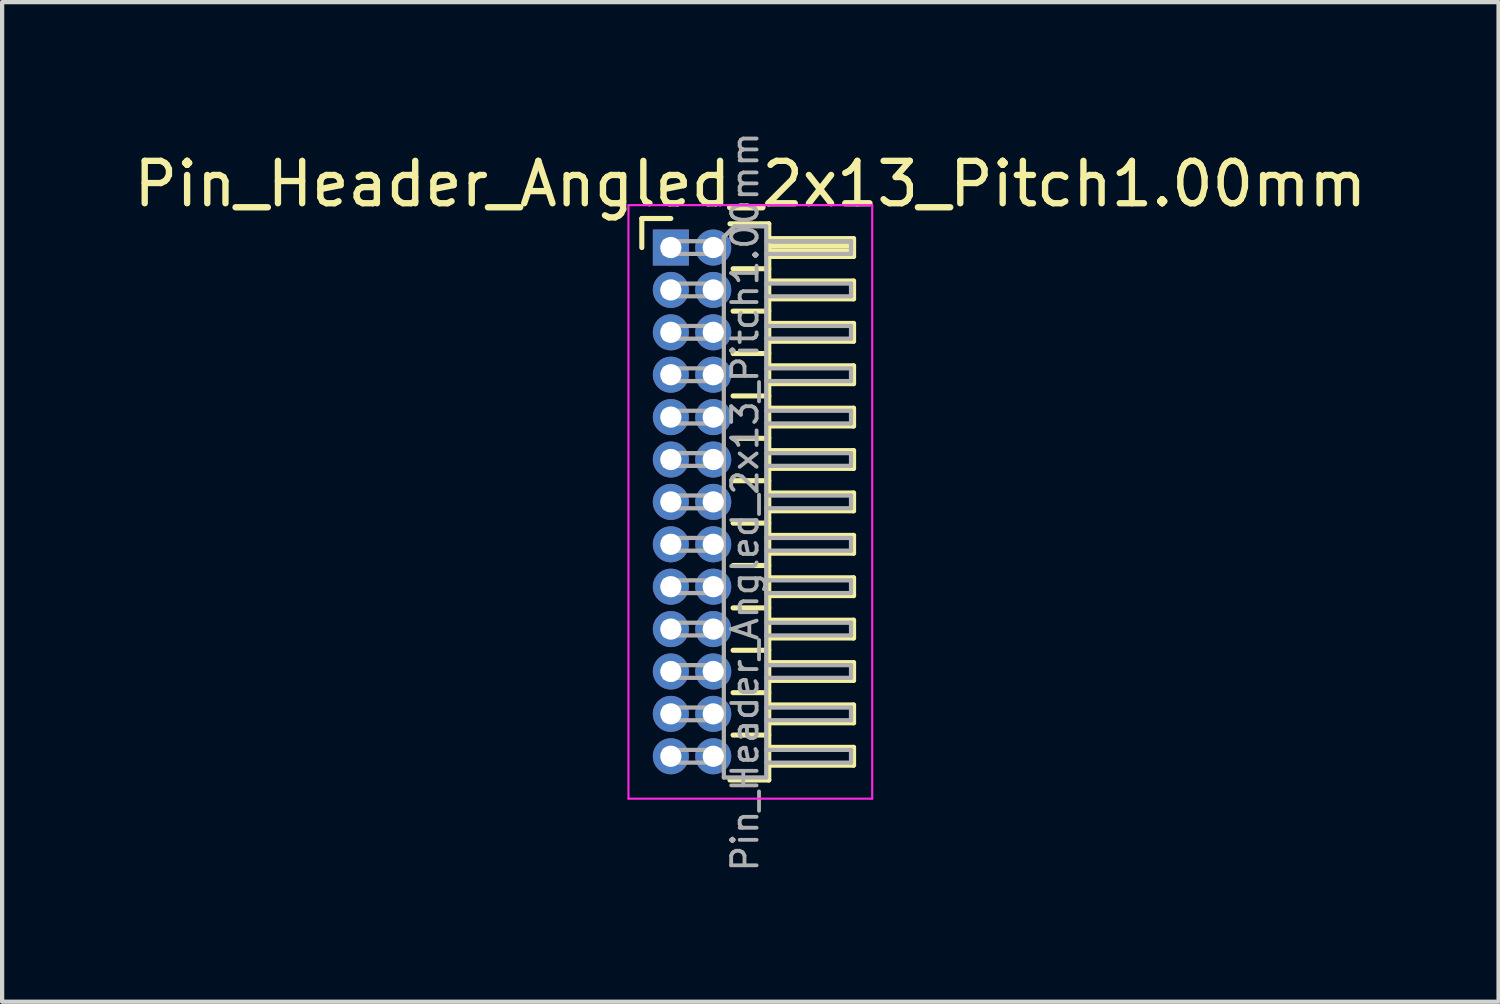
<source format=kicad_pcb>
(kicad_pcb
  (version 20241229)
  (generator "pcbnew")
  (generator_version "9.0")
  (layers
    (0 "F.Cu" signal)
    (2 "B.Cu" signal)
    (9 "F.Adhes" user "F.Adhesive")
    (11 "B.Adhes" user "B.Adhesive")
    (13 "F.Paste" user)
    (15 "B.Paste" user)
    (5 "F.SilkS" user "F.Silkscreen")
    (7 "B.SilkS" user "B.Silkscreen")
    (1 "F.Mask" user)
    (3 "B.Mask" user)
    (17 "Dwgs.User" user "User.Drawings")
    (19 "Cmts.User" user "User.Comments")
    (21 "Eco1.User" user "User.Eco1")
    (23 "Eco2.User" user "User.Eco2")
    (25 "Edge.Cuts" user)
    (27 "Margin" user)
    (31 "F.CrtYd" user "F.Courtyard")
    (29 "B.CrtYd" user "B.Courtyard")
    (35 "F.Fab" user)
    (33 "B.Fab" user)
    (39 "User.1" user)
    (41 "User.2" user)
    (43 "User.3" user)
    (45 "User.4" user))
  (footprint "Pin_Header_Angled_2x13_Pitch1.00mm"
    (layer "F.Cu")
    (at 12.774 2.789)
    (property "Reference" "Pin_Header_Angled_2x13_Pitch1.00mm" (at 1.875 -1.5 0) (layer "F.SilkS") (effects (font (size 1 1) (thickness 0.15))))
    (attr through_hole)
    (fp_line (start -0.685 -0.685) (end 0 -0.685) (stroke (width 0.12) (type solid)) (layer "F.SilkS"))
    (fp_line (start -0.685 0) (end -0.685 -0.685) (stroke (width 0.12) (type solid)) (layer "F.SilkS"))
    (fp_line (start 1.394 -0.56) (end 2.31 -0.56) (stroke (width 0.12) (type solid)) (layer "F.SilkS"))
    (fp_line (start 1.468 0.5) (end 2.31 0.5) (stroke (width 0.12) (type solid)) (layer "F.SilkS"))
    (fp_line (start 1.468 1.5) (end 2.31 1.5) (stroke (width 0.12) (type solid)) (layer "F.SilkS"))
    (fp_line (start 1.468 2.5) (end 2.31 2.5) (stroke (width 0.12) (type solid)) (layer "F.SilkS"))
    (fp_line (start 1.468 3.5) (end 2.31 3.5) (stroke (width 0.12) (type solid)) (layer "F.SilkS"))
    (fp_line (start 1.468 4.5) (end 2.31 4.5) (stroke (width 0.12) (type solid)) (layer "F.SilkS"))
    (fp_line (start 1.468 5.5) (end 2.31 5.5) (stroke (width 0.12) (type solid)) (layer "F.SilkS"))
    (fp_line (start 1.468 6.5) (end 2.31 6.5) (stroke (width 0.12) (type solid)) (layer "F.SilkS"))
    (fp_line (start 1.468 7.5) (end 2.31 7.5) (stroke (width 0.12) (type solid)) (layer "F.SilkS"))
    (fp_line (start 1.468 8.5) (end 2.31 8.5) (stroke (width 0.12) (type solid)) (layer "F.SilkS"))
    (fp_line (start 1.468 9.5) (end 2.31 9.5) (stroke (width 0.12) (type solid)) (layer "F.SilkS"))
    (fp_line (start 1.468 10.5) (end 2.31 10.5) (stroke (width 0.12) (type solid)) (layer "F.SilkS"))
    (fp_line (start 1.468 11.5) (end 2.31 11.5) (stroke (width 0.12) (type solid)) (layer "F.SilkS"))
    (fp_line (start 2.31 -0.56) (end 2.31 12.56) (stroke (width 0.12) (type solid)) (layer "F.SilkS"))
    (fp_line (start 2.31 -0.21) (end 4.31 -0.21) (stroke (width 0.12) (type solid)) (layer "F.SilkS"))
    (fp_line (start 2.31 -0.15) (end 4.31 -0.15) (stroke (width 0.12) (type solid)) (layer "F.SilkS"))
    (fp_line (start 2.31 -0.03) (end 4.31 -0.03) (stroke (width 0.12) (type solid)) (layer "F.SilkS"))
    (fp_line (start 2.31 0.09) (end 4.31 0.09) (stroke (width 0.12) (type solid)) (layer "F.SilkS"))
    (fp_line (start 2.31 0.79) (end 4.31 0.79) (stroke (width 0.12) (type solid)) (layer "F.SilkS"))
    (fp_line (start 2.31 1.79) (end 4.31 1.79) (stroke (width 0.12) (type solid)) (layer "F.SilkS"))
    (fp_line (start 2.31 2.79) (end 4.31 2.79) (stroke (width 0.12) (type solid)) (layer "F.SilkS"))
    (fp_line (start 2.31 3.79) (end 4.31 3.79) (stroke (width 0.12) (type solid)) (layer "F.SilkS"))
    (fp_line (start 2.31 4.79) (end 4.31 4.79) (stroke (width 0.12) (type solid)) (layer "F.SilkS"))
    (fp_line (start 2.31 5.79) (end 4.31 5.79) (stroke (width 0.12) (type solid)) (layer "F.SilkS"))
    (fp_line (start 2.31 6.79) (end 4.31 6.79) (stroke (width 0.12) (type solid)) (layer "F.SilkS"))
    (fp_line (start 2.31 7.79) (end 4.31 7.79) (stroke (width 0.12) (type solid)) (layer "F.SilkS"))
    (fp_line (start 2.31 8.79) (end 4.31 8.79) (stroke (width 0.12) (type solid)) (layer "F.SilkS"))
    (fp_line (start 2.31 9.79) (end 4.31 9.79) (stroke (width 0.12) (type solid)) (layer "F.SilkS"))
    (fp_line (start 2.31 10.79) (end 4.31 10.79) (stroke (width 0.12) (type solid)) (layer "F.SilkS"))
    (fp_line (start 2.31 11.79) (end 4.31 11.79) (stroke (width 0.12) (type solid)) (layer "F.SilkS"))
    (fp_line (start 2.31 12.56) (end 1.394 12.56) (stroke (width 0.12) (type solid)) (layer "F.SilkS"))
    (fp_line (start 4.31 -0.21) (end 4.31 0.21) (stroke (width 0.12) (type solid)) (layer "F.SilkS"))
    (fp_line (start 4.31 0.21) (end 2.31 0.21) (stroke (width 0.12) (type solid)) (layer "F.SilkS"))
    (fp_line (start 4.31 0.79) (end 4.31 1.21) (stroke (width 0.12) (type solid)) (layer "F.SilkS"))
    (fp_line (start 4.31 1.21) (end 2.31 1.21) (stroke (width 0.12) (type solid)) (layer "F.SilkS"))
    (fp_line (start 4.31 1.79) (end 4.31 2.21) (stroke (width 0.12) (type solid)) (layer "F.SilkS"))
    (fp_line (start 4.31 2.21) (end 2.31 2.21) (stroke (width 0.12) (type solid)) (layer "F.SilkS"))
    (fp_line (start 4.31 2.79) (end 4.31 3.21) (stroke (width 0.12) (type solid)) (layer "F.SilkS"))
    (fp_line (start 4.31 3.21) (end 2.31 3.21) (stroke (width 0.12) (type solid)) (layer "F.SilkS"))
    (fp_line (start 4.31 3.79) (end 4.31 4.21) (stroke (width 0.12) (type solid)) (layer "F.SilkS"))
    (fp_line (start 4.31 4.21) (end 2.31 4.21) (stroke (width 0.12) (type solid)) (layer "F.SilkS"))
    (fp_line (start 4.31 4.79) (end 4.31 5.21) (stroke (width 0.12) (type solid)) (layer "F.SilkS"))
    (fp_line (start 4.31 5.21) (end 2.31 5.21) (stroke (width 0.12) (type solid)) (layer "F.SilkS"))
    (fp_line (start 4.31 5.79) (end 4.31 6.21) (stroke (width 0.12) (type solid)) (layer "F.SilkS"))
    (fp_line (start 4.31 6.21) (end 2.31 6.21) (stroke (width 0.12) (type solid)) (layer "F.SilkS"))
    (fp_line (start 4.31 6.79) (end 4.31 7.21) (stroke (width 0.12) (type solid)) (layer "F.SilkS"))
    (fp_line (start 4.31 7.21) (end 2.31 7.21) (stroke (width 0.12) (type solid)) (layer "F.SilkS"))
    (fp_line (start 4.31 7.79) (end 4.31 8.21) (stroke (width 0.12) (type solid)) (layer "F.SilkS"))
    (fp_line (start 4.31 8.21) (end 2.31 8.21) (stroke (width 0.12) (type solid)) (layer "F.SilkS"))
    (fp_line (start 4.31 8.79) (end 4.31 9.21) (stroke (width 0.12) (type solid)) (layer "F.SilkS"))
    (fp_line (start 4.31 9.21) (end 2.31 9.21) (stroke (width 0.12) (type solid)) (layer "F.SilkS"))
    (fp_line (start 4.31 9.79) (end 4.31 10.21) (stroke (width 0.12) (type solid)) (layer "F.SilkS"))
    (fp_line (start 4.31 10.21) (end 2.31 10.21) (stroke (width 0.12) (type solid)) (layer "F.SilkS"))
    (fp_line (start 4.31 10.79) (end 4.31 11.21) (stroke (width 0.12) (type solid)) (layer "F.SilkS"))
    (fp_line (start 4.31 11.21) (end 2.31 11.21) (stroke (width 0.12) (type solid)) (layer "F.SilkS"))
    (fp_line (start 4.31 11.79) (end 4.31 12.21) (stroke (width 0.12) (type solid)) (layer "F.SilkS"))
    (fp_line (start 4.31 12.21) (end 2.31 12.21) (stroke (width 0.12) (type solid)) (layer "F.SilkS"))
    (fp_line (start -1 -1) (end -1 13) (stroke (width 0.05) (type solid)) (layer "F.CrtYd"))
    (fp_line (start -1 13) (end 4.75 13) (stroke (width 0.05) (type solid)) (layer "F.CrtYd"))
    (fp_line (start 4.75 -1) (end -1 -1) (stroke (width 0.05) (type solid)) (layer "F.CrtYd"))
    (fp_line (start 4.75 13) (end 4.75 -1) (stroke (width 0.05) (type solid)) (layer "F.CrtYd"))
    (fp_line (start -0.15 -0.15) (end -0.15 0.15) (stroke (width 0.1) (type solid)) (layer "F.Fab"))
    (fp_line (start -0.15 -0.15) (end 1.25 -0.15) (stroke (width 0.1) (type solid)) (layer "F.Fab"))
    (fp_line (start -0.15 0.15) (end 1.25 0.15) (stroke (width 0.1) (type solid)) (layer "F.Fab"))
    (fp_line (start -0.15 0.85) (end -0.15 1.15) (stroke (width 0.1) (type solid)) (layer "F.Fab"))
    (fp_line (start -0.15 0.85) (end 1.25 0.85) (stroke (width 0.1) (type solid)) (layer "F.Fab"))
    (fp_line (start -0.15 1.15) (end 1.25 1.15) (stroke (width 0.1) (type solid)) (layer "F.Fab"))
    (fp_line (start -0.15 1.85) (end -0.15 2.15) (stroke (width 0.1) (type solid)) (layer "F.Fab"))
    (fp_line (start -0.15 1.85) (end 1.25 1.85) (stroke (width 0.1) (type solid)) (layer "F.Fab"))
    (fp_line (start -0.15 2.15) (end 1.25 2.15) (stroke (width 0.1) (type solid)) (layer "F.Fab"))
    (fp_line (start -0.15 2.85) (end -0.15 3.15) (stroke (width 0.1) (type solid)) (layer "F.Fab"))
    (fp_line (start -0.15 2.85) (end 1.25 2.85) (stroke (width 0.1) (type solid)) (layer "F.Fab"))
    (fp_line (start -0.15 3.15) (end 1.25 3.15) (stroke (width 0.1) (type solid)) (layer "F.Fab"))
    (fp_line (start -0.15 3.85) (end -0.15 4.15) (stroke (width 0.1) (type solid)) (layer "F.Fab"))
    (fp_line (start -0.15 3.85) (end 1.25 3.85) (stroke (width 0.1) (type solid)) (layer "F.Fab"))
    (fp_line (start -0.15 4.15) (end 1.25 4.15) (stroke (width 0.1) (type solid)) (layer "F.Fab"))
    (fp_line (start -0.15 4.85) (end -0.15 5.15) (stroke (width 0.1) (type solid)) (layer "F.Fab"))
    (fp_line (start -0.15 4.85) (end 1.25 4.85) (stroke (width 0.1) (type solid)) (layer "F.Fab"))
    (fp_line (start -0.15 5.15) (end 1.25 5.15) (stroke (width 0.1) (type solid)) (layer "F.Fab"))
    (fp_line (start -0.15 5.85) (end -0.15 6.15) (stroke (width 0.1) (type solid)) (layer "F.Fab"))
    (fp_line (start -0.15 5.85) (end 1.25 5.85) (stroke (width 0.1) (type solid)) (layer "F.Fab"))
    (fp_line (start -0.15 6.15) (end 1.25 6.15) (stroke (width 0.1) (type solid)) (layer "F.Fab"))
    (fp_line (start -0.15 6.85) (end -0.15 7.15) (stroke (width 0.1) (type solid)) (layer "F.Fab"))
    (fp_line (start -0.15 6.85) (end 1.25 6.85) (stroke (width 0.1) (type solid)) (layer "F.Fab"))
    (fp_line (start -0.15 7.15) (end 1.25 7.15) (stroke (width 0.1) (type solid)) (layer "F.Fab"))
    (fp_line (start -0.15 7.85) (end -0.15 8.15) (stroke (width 0.1) (type solid)) (layer "F.Fab"))
    (fp_line (start -0.15 7.85) (end 1.25 7.85) (stroke (width 0.1) (type solid)) (layer "F.Fab"))
    (fp_line (start -0.15 8.15) (end 1.25 8.15) (stroke (width 0.1) (type solid)) (layer "F.Fab"))
    (fp_line (start -0.15 8.85) (end -0.15 9.15) (stroke (width 0.1) (type solid)) (layer "F.Fab"))
    (fp_line (start -0.15 8.85) (end 1.25 8.85) (stroke (width 0.1) (type solid)) (layer "F.Fab"))
    (fp_line (start -0.15 9.15) (end 1.25 9.15) (stroke (width 0.1) (type solid)) (layer "F.Fab"))
    (fp_line (start -0.15 9.85) (end -0.15 10.15) (stroke (width 0.1) (type solid)) (layer "F.Fab"))
    (fp_line (start -0.15 9.85) (end 1.25 9.85) (stroke (width 0.1) (type solid)) (layer "F.Fab"))
    (fp_line (start -0.15 10.15) (end 1.25 10.15) (stroke (width 0.1) (type solid)) (layer "F.Fab"))
    (fp_line (start -0.15 10.85) (end -0.15 11.15) (stroke (width 0.1) (type solid)) (layer "F.Fab"))
    (fp_line (start -0.15 10.85) (end 1.25 10.85) (stroke (width 0.1) (type solid)) (layer "F.Fab"))
    (fp_line (start -0.15 11.15) (end 1.25 11.15) (stroke (width 0.1) (type solid)) (layer "F.Fab"))
    (fp_line (start -0.15 11.85) (end -0.15 12.15) (stroke (width 0.1) (type solid)) (layer "F.Fab"))
    (fp_line (start -0.15 11.85) (end 1.25 11.85) (stroke (width 0.1) (type solid)) (layer "F.Fab"))
    (fp_line (start -0.15 12.15) (end 1.25 12.15) (stroke (width 0.1) (type solid)) (layer "F.Fab"))
    (fp_line (start 1.25 -0.25) (end 1.5 -0.5) (stroke (width 0.1) (type solid)) (layer "F.Fab"))
    (fp_line (start 1.25 12.5) (end 1.25 -0.25) (stroke (width 0.1) (type solid)) (layer "F.Fab"))
    (fp_line (start 1.5 -0.5) (end 2.25 -0.5) (stroke (width 0.1) (type solid)) (layer "F.Fab"))
    (fp_line (start 2.25 -0.5) (end 2.25 12.5) (stroke (width 0.1) (type solid)) (layer "F.Fab"))
    (fp_line (start 2.25 -0.15) (end 4.25 -0.15) (stroke (width 0.1) (type solid)) (layer "F.Fab"))
    (fp_line (start 2.25 0.15) (end 4.25 0.15) (stroke (width 0.1) (type solid)) (layer "F.Fab"))
    (fp_line (start 2.25 0.85) (end 4.25 0.85) (stroke (width 0.1) (type solid)) (layer "F.Fab"))
    (fp_line (start 2.25 1.15) (end 4.25 1.15) (stroke (width 0.1) (type solid)) (layer "F.Fab"))
    (fp_line (start 2.25 1.85) (end 4.25 1.85) (stroke (width 0.1) (type solid)) (layer "F.Fab"))
    (fp_line (start 2.25 2.15) (end 4.25 2.15) (stroke (width 0.1) (type solid)) (layer "F.Fab"))
    (fp_line (start 2.25 2.85) (end 4.25 2.85) (stroke (width 0.1) (type solid)) (layer "F.Fab"))
    (fp_line (start 2.25 3.15) (end 4.25 3.15) (stroke (width 0.1) (type solid)) (layer "F.Fab"))
    (fp_line (start 2.25 3.85) (end 4.25 3.85) (stroke (width 0.1) (type solid)) (layer "F.Fab"))
    (fp_line (start 2.25 4.15) (end 4.25 4.15) (stroke (width 0.1) (type solid)) (layer "F.Fab"))
    (fp_line (start 2.25 4.85) (end 4.25 4.85) (stroke (width 0.1) (type solid)) (layer "F.Fab"))
    (fp_line (start 2.25 5.15) (end 4.25 5.15) (stroke (width 0.1) (type solid)) (layer "F.Fab"))
    (fp_line (start 2.25 5.85) (end 4.25 5.85) (stroke (width 0.1) (type solid)) (layer "F.Fab"))
    (fp_line (start 2.25 6.15) (end 4.25 6.15) (stroke (width 0.1) (type solid)) (layer "F.Fab"))
    (fp_line (start 2.25 6.85) (end 4.25 6.85) (stroke (width 0.1) (type solid)) (layer "F.Fab"))
    (fp_line (start 2.25 7.15) (end 4.25 7.15) (stroke (width 0.1) (type solid)) (layer "F.Fab"))
    (fp_line (start 2.25 7.85) (end 4.25 7.85) (stroke (width 0.1) (type solid)) (layer "F.Fab"))
    (fp_line (start 2.25 8.15) (end 4.25 8.15) (stroke (width 0.1) (type solid)) (layer "F.Fab"))
    (fp_line (start 2.25 8.85) (end 4.25 8.85) (stroke (width 0.1) (type solid)) (layer "F.Fab"))
    (fp_line (start 2.25 9.15) (end 4.25 9.15) (stroke (width 0.1) (type solid)) (layer "F.Fab"))
    (fp_line (start 2.25 9.85) (end 4.25 9.85) (stroke (width 0.1) (type solid)) (layer "F.Fab"))
    (fp_line (start 2.25 10.15) (end 4.25 10.15) (stroke (width 0.1) (type solid)) (layer "F.Fab"))
    (fp_line (start 2.25 10.85) (end 4.25 10.85) (stroke (width 0.1) (type solid)) (layer "F.Fab"))
    (fp_line (start 2.25 11.15) (end 4.25 11.15) (stroke (width 0.1) (type solid)) (layer "F.Fab"))
    (fp_line (start 2.25 11.85) (end 4.25 11.85) (stroke (width 0.1) (type solid)) (layer "F.Fab"))
    (fp_line (start 2.25 12.15) (end 4.25 12.15) (stroke (width 0.1) (type solid)) (layer "F.Fab"))
    (fp_line (start 2.25 12.5) (end 1.25 12.5) (stroke (width 0.1) (type solid)) (layer "F.Fab"))
    (fp_line (start 4.25 -0.15) (end 4.25 0.15) (stroke (width 0.1) (type solid)) (layer "F.Fab"))
    (fp_line (start 4.25 0.85) (end 4.25 1.15) (stroke (width 0.1) (type solid)) (layer "F.Fab"))
    (fp_line (start 4.25 1.85) (end 4.25 2.15) (stroke (width 0.1) (type solid)) (layer "F.Fab"))
    (fp_line (start 4.25 2.85) (end 4.25 3.15) (stroke (width 0.1) (type solid)) (layer "F.Fab"))
    (fp_line (start 4.25 3.85) (end 4.25 4.15) (stroke (width 0.1) (type solid)) (layer "F.Fab"))
    (fp_line (start 4.25 4.85) (end 4.25 5.15) (stroke (width 0.1) (type solid)) (layer "F.Fab"))
    (fp_line (start 4.25 5.85) (end 4.25 6.15) (stroke (width 0.1) (type solid)) (layer "F.Fab"))
    (fp_line (start 4.25 6.85) (end 4.25 7.15) (stroke (width 0.1) (type solid)) (layer "F.Fab"))
    (fp_line (start 4.25 7.85) (end 4.25 8.15) (stroke (width 0.1) (type solid)) (layer "F.Fab"))
    (fp_line (start 4.25 8.85) (end 4.25 9.15) (stroke (width 0.1) (type solid)) (layer "F.Fab"))
    (fp_line (start 4.25 9.85) (end 4.25 10.15) (stroke (width 0.1) (type solid)) (layer "F.Fab"))
    (fp_line (start 4.25 10.85) (end 4.25 11.15) (stroke (width 0.1) (type solid)) (layer "F.Fab"))
    (fp_line (start 4.25 11.85) (end 4.25 12.15) (stroke (width 0.1) (type solid)) (layer "F.Fab"))
    (fp_text user "${REFERENCE}" (at 1.75 6 90) (layer "F.Fab") (effects (font (size 0.6 0.6) (thickness 0.09))))
    (pad "1" thru_hole rect (at 0 0) (size 0.85 0.85) (drill 0.5) (layers "*.Cu" "*.Mask"))
    (pad "2" thru_hole oval (at 1 0) (size 0.85 0.85) (drill 0.5) (layers "*.Cu" "*.Mask"))
    (pad "3" thru_hole oval (at 0 1) (size 0.85 0.85) (drill 0.5) (layers "*.Cu" "*.Mask"))
    (pad "4" thru_hole oval (at 1 1) (size 0.85 0.85) (drill 0.5) (layers "*.Cu" "*.Mask"))
    (pad "5" thru_hole oval (at 0 2) (size 0.85 0.85) (drill 0.5) (layers "*.Cu" "*.Mask"))
    (pad "6" thru_hole oval (at 1 2) (size 0.85 0.85) (drill 0.5) (layers "*.Cu" "*.Mask"))
    (pad "7" thru_hole oval (at 0 3) (size 0.85 0.85) (drill 0.5) (layers "*.Cu" "*.Mask"))
    (pad "8" thru_hole oval (at 1 3) (size 0.85 0.85) (drill 0.5) (layers "*.Cu" "*.Mask"))
    (pad "9" thru_hole oval (at 0 4) (size 0.85 0.85) (drill 0.5) (layers "*.Cu" "*.Mask"))
    (pad "10" thru_hole oval (at 1 4) (size 0.85 0.85) (drill 0.5) (layers "*.Cu" "*.Mask"))
    (pad "11" thru_hole oval (at 0 5) (size 0.85 0.85) (drill 0.5) (layers "*.Cu" "*.Mask"))
    (pad "12" thru_hole oval (at 1 5) (size 0.85 0.85) (drill 0.5) (layers "*.Cu" "*.Mask"))
    (pad "13" thru_hole oval (at 0 6) (size 0.85 0.85) (drill 0.5) (layers "*.Cu" "*.Mask"))
    (pad "14" thru_hole oval (at 1 6) (size 0.85 0.85) (drill 0.5) (layers "*.Cu" "*.Mask"))
    (pad "15" thru_hole oval (at 0 7) (size 0.85 0.85) (drill 0.5) (layers "*.Cu" "*.Mask"))
    (pad "16" thru_hole oval (at 1 7) (size 0.85 0.85) (drill 0.5) (layers "*.Cu" "*.Mask"))
    (pad "17" thru_hole oval (at 0 8) (size 0.85 0.85) (drill 0.5) (layers "*.Cu" "*.Mask"))
    (pad "18" thru_hole oval (at 1 8) (size 0.85 0.85) (drill 0.5) (layers "*.Cu" "*.Mask"))
    (pad "19" thru_hole oval (at 0 9) (size 0.85 0.85) (drill 0.5) (layers "*.Cu" "*.Mask"))
    (pad "20" thru_hole oval (at 1 9) (size 0.85 0.85) (drill 0.5) (layers "*.Cu" "*.Mask"))
    (pad "21" thru_hole oval (at 0 10) (size 0.85 0.85) (drill 0.5) (layers "*.Cu" "*.Mask"))
    (pad "22" thru_hole oval (at 1 10) (size 0.85 0.85) (drill 0.5) (layers "*.Cu" "*.Mask"))
    (pad "23" thru_hole oval (at 0 11) (size 0.85 0.85) (drill 0.5) (layers "*.Cu" "*.Mask"))
    (pad "24" thru_hole oval (at 1 11) (size 0.85 0.85) (drill 0.5) (layers "*.Cu" "*.Mask"))
    (pad "25" thru_hole oval (at 0 12) (size 0.85 0.85) (drill 0.5) (layers "*.Cu" "*.Mask"))
    (pad "26" thru_hole oval (at 1 12) (size 0.85 0.85) (drill 0.5) (layers "*.Cu" "*.Mask")))
  (gr_rect
    (start -3 -3)
    (end 32.298 20.579)
    (stroke (width 0.1) (type default))
    (fill no)
    (layer "Edge.Cuts")))
</source>
